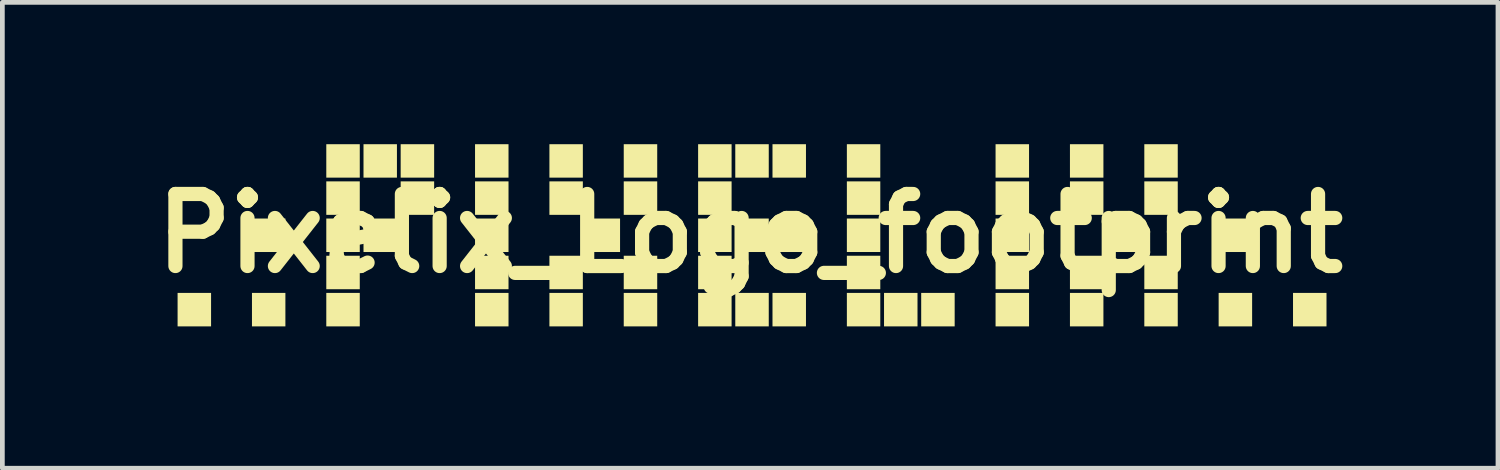
<source format=kicad_pcb>
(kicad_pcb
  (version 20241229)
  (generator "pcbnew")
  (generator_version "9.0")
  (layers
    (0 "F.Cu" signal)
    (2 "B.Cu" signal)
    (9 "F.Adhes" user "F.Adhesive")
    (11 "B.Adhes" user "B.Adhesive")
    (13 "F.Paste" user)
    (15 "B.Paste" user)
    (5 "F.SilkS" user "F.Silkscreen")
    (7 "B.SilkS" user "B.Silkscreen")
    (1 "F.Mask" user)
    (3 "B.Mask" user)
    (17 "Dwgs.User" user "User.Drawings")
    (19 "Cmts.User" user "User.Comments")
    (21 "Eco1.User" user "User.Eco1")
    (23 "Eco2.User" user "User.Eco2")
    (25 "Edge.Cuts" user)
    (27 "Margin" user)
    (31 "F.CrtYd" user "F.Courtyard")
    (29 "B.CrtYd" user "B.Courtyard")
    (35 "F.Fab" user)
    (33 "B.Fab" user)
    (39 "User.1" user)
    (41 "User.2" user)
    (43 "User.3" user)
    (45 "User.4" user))
  (footprint "Pixelix_Logo_footprint"
    (layer "F.Cu")
    (at 12.816 1.887)
    (property "Reference" "Pixelix_Logo_footprint" (at 0 0 0) (layer "F.SilkS") (effects (font (size 1.524 1.524) (thickness 0.3))))
    (attr board_only exclude_from_pos_files exclude_from_bom)
    (fp_poly (pts (xy -11.402 1.966) (xy -12.11 1.966) (xy -12.11 1.258) (xy -11.402 1.258)) (stroke (width 0) (type solid)) (fill yes) (layer "F.SilkS"))
    (fp_poly (pts (xy -9.83 0.393) (xy -10.537 0.393) (xy -10.537 -0.315) (xy -9.83 -0.315)) (stroke (width 0) (type solid)) (fill yes) (layer "F.SilkS"))
    (fp_poly (pts (xy -9.83 1.966) (xy -10.537 1.966) (xy -10.537 1.258) (xy -9.83 1.258)) (stroke (width 0) (type solid)) (fill yes) (layer "F.SilkS"))
    (fp_poly (pts (xy -8.257 -1.18) (xy -8.965 -1.18) (xy -8.965 -1.887) (xy -8.257 -1.887)) (stroke (width 0) (type solid)) (fill yes) (layer "F.SilkS"))
    (fp_poly (pts (xy -8.257 -0.393) (xy -8.965 -0.393) (xy -8.965 -1.101) (xy -8.257 -1.101)) (stroke (width 0) (type solid)) (fill yes) (layer "F.SilkS"))
    (fp_poly (pts (xy -8.257 0.393) (xy -8.965 0.393) (xy -8.965 -0.315) (xy -8.257 -0.315)) (stroke (width 0) (type solid)) (fill yes) (layer "F.SilkS"))
    (fp_poly (pts (xy -8.257 1.18) (xy -8.965 1.18) (xy -8.965 0.472) (xy -8.257 0.472)) (stroke (width 0) (type solid)) (fill yes) (layer "F.SilkS"))
    (fp_poly (pts (xy -8.257 1.966) (xy -8.965 1.966) (xy -8.965 1.258) (xy -8.257 1.258)) (stroke (width 0) (type solid)) (fill yes) (layer "F.SilkS"))
    (fp_poly (pts (xy -7.471 -1.18) (xy -8.178 -1.18) (xy -8.178 -1.887) (xy -7.471 -1.887)) (stroke (width 0) (type solid)) (fill yes) (layer "F.SilkS"))
    (fp_poly (pts (xy -7.471 0.393) (xy -8.178 0.393) (xy -8.178 -0.315) (xy -7.471 -0.315)) (stroke (width 0) (type solid)) (fill yes) (layer "F.SilkS"))
    (fp_poly (pts (xy -6.684 -1.18) (xy -7.392 -1.18) (xy -7.392 -1.887) (xy -6.684 -1.887)) (stroke (width 0) (type solid)) (fill yes) (layer "F.SilkS"))
    (fp_poly (pts (xy -6.684 -0.393) (xy -7.392 -0.393) (xy -7.392 -1.101) (xy -6.684 -1.101)) (stroke (width 0) (type solid)) (fill yes) (layer "F.SilkS"))
    (fp_poly (pts (xy -5.111 -1.18) (xy -5.819 -1.18) (xy -5.819 -1.887) (xy -5.111 -1.887)) (stroke (width 0) (type solid)) (fill yes) (layer "F.SilkS"))
    (fp_poly (pts (xy -5.111 -0.393) (xy -5.819 -0.393) (xy -5.819 -1.101) (xy -5.111 -1.101)) (stroke (width 0) (type solid)) (fill yes) (layer "F.SilkS"))
    (fp_poly (pts (xy -5.111 0.393) (xy -5.819 0.393) (xy -5.819 -0.315) (xy -5.111 -0.315)) (stroke (width 0) (type solid)) (fill yes) (layer "F.SilkS"))
    (fp_poly (pts (xy -5.111 1.18) (xy -5.819 1.18) (xy -5.819 0.472) (xy -5.111 0.472)) (stroke (width 0) (type solid)) (fill yes) (layer "F.SilkS"))
    (fp_poly (pts (xy -5.111 1.966) (xy -5.819 1.966) (xy -5.819 1.258) (xy -5.111 1.258)) (stroke (width 0) (type solid)) (fill yes) (layer "F.SilkS"))
    (fp_poly (pts (xy -3.539 -1.18) (xy -4.246 -1.18) (xy -4.246 -1.887) (xy -3.539 -1.887)) (stroke (width 0) (type solid)) (fill yes) (layer "F.SilkS"))
    (fp_poly (pts (xy -3.539 -0.393) (xy -4.246 -0.393) (xy -4.246 -1.101) (xy -3.539 -1.101)) (stroke (width 0) (type solid)) (fill yes) (layer "F.SilkS"))
    (fp_poly (pts (xy -3.539 1.18) (xy -4.246 1.18) (xy -4.246 0.472) (xy -3.539 0.472)) (stroke (width 0) (type solid)) (fill yes) (layer "F.SilkS"))
    (fp_poly (pts (xy -3.539 1.966) (xy -4.246 1.966) (xy -4.246 1.258) (xy -3.539 1.258)) (stroke (width 0) (type solid)) (fill yes) (layer "F.SilkS"))
    (fp_poly (pts (xy -2.752 0.393) (xy -3.46 0.393) (xy -3.46 -0.315) (xy -2.752 -0.315)) (stroke (width 0) (type solid)) (fill yes) (layer "F.SilkS"))
    (fp_poly (pts (xy -1.966 -1.18) (xy -2.674 -1.18) (xy -2.674 -1.887) (xy -1.966 -1.887)) (stroke (width 0) (type solid)) (fill yes) (layer "F.SilkS"))
    (fp_poly (pts (xy -1.966 -0.393) (xy -2.674 -0.393) (xy -2.674 -1.101) (xy -1.966 -1.101)) (stroke (width 0) (type solid)) (fill yes) (layer "F.SilkS"))
    (fp_poly (pts (xy -1.966 1.18) (xy -2.674 1.18) (xy -2.674 0.472) (xy -1.966 0.472)) (stroke (width 0) (type solid)) (fill yes) (layer "F.SilkS"))
    (fp_poly (pts (xy -1.966 1.966) (xy -2.674 1.966) (xy -2.674 1.258) (xy -1.966 1.258)) (stroke (width 0) (type solid)) (fill yes) (layer "F.SilkS"))
    (fp_poly (pts (xy -0.393 -1.18) (xy -1.101 -1.18) (xy -1.101 -1.887) (xy -0.393 -1.887)) (stroke (width 0) (type solid)) (fill yes) (layer "F.SilkS"))
    (fp_poly (pts (xy -0.393 -0.393) (xy -1.101 -0.393) (xy -1.101 -1.101) (xy -0.393 -1.101)) (stroke (width 0) (type solid)) (fill yes) (layer "F.SilkS"))
    (fp_poly (pts (xy -0.393 0.393) (xy -1.101 0.393) (xy -1.101 -0.315) (xy -0.393 -0.315)) (stroke (width 0) (type solid)) (fill yes) (layer "F.SilkS"))
    (fp_poly (pts (xy -0.393 1.18) (xy -1.101 1.18) (xy -1.101 0.472) (xy -0.393 0.472)) (stroke (width 0) (type solid)) (fill yes) (layer "F.SilkS"))
    (fp_poly (pts (xy -0.393 1.966) (xy -1.101 1.966) (xy -1.101 1.258) (xy -0.393 1.258)) (stroke (width 0) (type solid)) (fill yes) (layer "F.SilkS"))
    (fp_poly (pts (xy 0.393 -1.18) (xy -0.315 -1.18) (xy -0.315 -1.887) (xy 0.393 -1.887)) (stroke (width 0) (type solid)) (fill yes) (layer "F.SilkS"))
    (fp_poly (pts (xy 0.393 0.393) (xy -0.315 0.393) (xy -0.315 -0.315) (xy 0.393 -0.315)) (stroke (width 0) (type solid)) (fill yes) (layer "F.SilkS"))
    (fp_poly (pts (xy 0.393 1.966) (xy -0.315 1.966) (xy -0.315 1.258) (xy 0.393 1.258)) (stroke (width 0) (type solid)) (fill yes) (layer "F.SilkS"))
    (fp_poly (pts (xy 1.18 -1.18) (xy 0.472 -1.18) (xy 0.472 -1.887) (xy 1.18 -1.887)) (stroke (width 0) (type solid)) (fill yes) (layer "F.SilkS"))
    (fp_poly (pts (xy 1.18 0.393) (xy 0.472 0.393) (xy 0.472 -0.315) (xy 1.18 -0.315)) (stroke (width 0) (type solid)) (fill yes) (layer "F.SilkS"))
    (fp_poly (pts (xy 1.18 1.966) (xy 0.472 1.966) (xy 0.472 1.258) (xy 1.18 1.258)) (stroke (width 0) (type solid)) (fill yes) (layer "F.SilkS"))
    (fp_poly (pts (xy 2.752 -1.18) (xy 2.045 -1.18) (xy 2.045 -1.887) (xy 2.752 -1.887)) (stroke (width 0) (type solid)) (fill yes) (layer "F.SilkS"))
    (fp_poly (pts (xy 2.752 -0.393) (xy 2.045 -0.393) (xy 2.045 -1.101) (xy 2.752 -1.101)) (stroke (width 0) (type solid)) (fill yes) (layer "F.SilkS"))
    (fp_poly (pts (xy 2.752 0.393) (xy 2.045 0.393) (xy 2.045 -0.315) (xy 2.752 -0.315)) (stroke (width 0) (type solid)) (fill yes) (layer "F.SilkS"))
    (fp_poly (pts (xy 2.752 1.18) (xy 2.045 1.18) (xy 2.045 0.472) (xy 2.752 0.472)) (stroke (width 0) (type solid)) (fill yes) (layer "F.SilkS"))
    (fp_poly (pts (xy 2.752 1.966) (xy 2.045 1.966) (xy 2.045 1.258) (xy 2.752 1.258)) (stroke (width 0) (type solid)) (fill yes) (layer "F.SilkS"))
    (fp_poly (pts (xy 3.539 1.966) (xy 2.831 1.966) (xy 2.831 1.258) (xy 3.539 1.258)) (stroke (width 0) (type solid)) (fill yes) (layer "F.SilkS"))
    (fp_poly (pts (xy 4.325 1.966) (xy 3.617 1.966) (xy 3.617 1.258) (xy 4.325 1.258)) (stroke (width 0) (type solid)) (fill yes) (layer "F.SilkS"))
    (fp_poly (pts (xy 5.898 -1.18) (xy 5.19 -1.18) (xy 5.19 -1.887) (xy 5.898 -1.887)) (stroke (width 0) (type solid)) (fill yes) (layer "F.SilkS"))
    (fp_poly (pts (xy 5.898 -0.393) (xy 5.19 -0.393) (xy 5.19 -1.101) (xy 5.898 -1.101)) (stroke (width 0) (type solid)) (fill yes) (layer "F.SilkS"))
    (fp_poly (pts (xy 5.898 0.393) (xy 5.19 0.393) (xy 5.19 -0.315) (xy 5.898 -0.315)) (stroke (width 0) (type solid)) (fill yes) (layer "F.SilkS"))
    (fp_poly (pts (xy 5.898 1.18) (xy 5.19 1.18) (xy 5.19 0.472) (xy 5.898 0.472)) (stroke (width 0) (type solid)) (fill yes) (layer "F.SilkS"))
    (fp_poly (pts (xy 5.898 1.966) (xy 5.19 1.966) (xy 5.19 1.258) (xy 5.898 1.258)) (stroke (width 0) (type solid)) (fill yes) (layer "F.SilkS"))
    (fp_poly (pts (xy 7.471 -1.18) (xy 6.763 -1.18) (xy 6.763 -1.887) (xy 7.471 -1.887)) (stroke (width 0) (type solid)) (fill yes) (layer "F.SilkS"))
    (fp_poly (pts (xy 7.471 -0.393) (xy 6.763 -0.393) (xy 6.763 -1.101) (xy 7.471 -1.101)) (stroke (width 0) (type solid)) (fill yes) (layer "F.SilkS"))
    (fp_poly (pts (xy 7.471 1.18) (xy 6.763 1.18) (xy 6.763 0.472) (xy 7.471 0.472)) (stroke (width 0) (type solid)) (fill yes) (layer "F.SilkS"))
    (fp_poly (pts (xy 7.471 1.966) (xy 6.763 1.966) (xy 6.763 1.258) (xy 7.471 1.258)) (stroke (width 0) (type solid)) (fill yes) (layer "F.SilkS"))
    (fp_poly (pts (xy 8.257 0.393) (xy 7.549 0.393) (xy 7.549 -0.315) (xy 8.257 -0.315)) (stroke (width 0) (type solid)) (fill yes) (layer "F.SilkS"))
    (fp_poly (pts (xy 9.043 -1.18) (xy 8.336 -1.18) (xy 8.336 -1.887) (xy 9.043 -1.887)) (stroke (width 0) (type solid)) (fill yes) (layer "F.SilkS"))
    (fp_poly (pts (xy 9.043 -0.393) (xy 8.336 -0.393) (xy 8.336 -1.101) (xy 9.043 -1.101)) (stroke (width 0) (type solid)) (fill yes) (layer "F.SilkS"))
    (fp_poly (pts (xy 9.043 1.18) (xy 8.336 1.18) (xy 8.336 0.472) (xy 9.043 0.472)) (stroke (width 0) (type solid)) (fill yes) (layer "F.SilkS"))
    (fp_poly (pts (xy 9.043 1.966) (xy 8.336 1.966) (xy 8.336 1.258) (xy 9.043 1.258)) (stroke (width 0) (type solid)) (fill yes) (layer "F.SilkS"))
    (fp_poly (pts (xy 10.616 0.393) (xy 9.908 0.393) (xy 9.908 -0.315) (xy 10.616 -0.315)) (stroke (width 0) (type solid)) (fill yes) (layer "F.SilkS"))
    (fp_poly (pts (xy 10.616 1.966) (xy 9.908 1.966) (xy 9.908 1.258) (xy 10.616 1.258)) (stroke (width 0) (type solid)) (fill yes) (layer "F.SilkS"))
    (fp_poly (pts (xy 12.189 1.966) (xy 11.481 1.966) (xy 11.481 1.258) (xy 12.189 1.258)) (stroke (width 0) (type solid)) (fill yes) (layer "F.SilkS")))
  (gr_rect
    (start -3 -3)
    (end 28.632 6.853)
    (stroke (width 0.1) (type default))
    (fill no)
    (layer "Edge.Cuts")))
</source>
